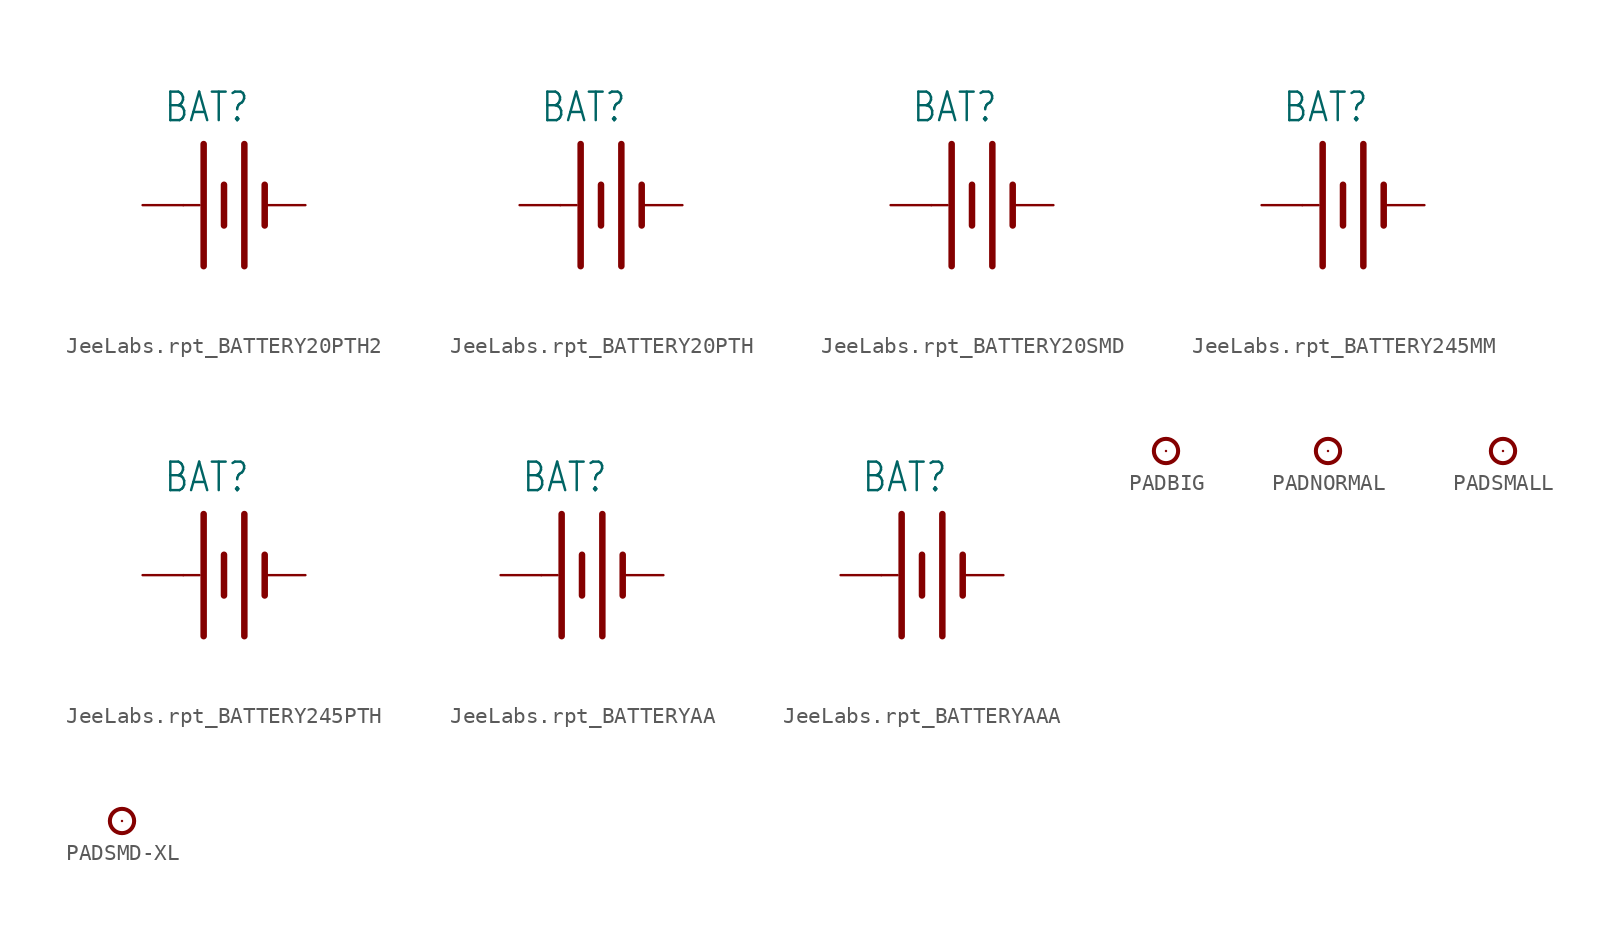
<source format=kicad_sym>
(kicad_symbol_lib
  (version 20231120)
  (generator "kicad_symbol_editor")
  (generator_version "8.0")
  (symbol "JeeLabs.rpt_BATTERY20PTH2"
    (property "Reference" "BAT"
      (at -3.81 5.08 0)
      (effects (font (size 1.778 1.511)) (justify left bottom)))
    (property "Value" ""
      (at -3.81 -6.35 0)
      (effects (font (size 1.778 1.511)) (justify left bottom)))
    (property "ki_locked" ""
      (at 0 0 0)
      (effects (font (size 1.27 1.27))))
    (symbol "JeeLabs.rpt_BATTERY20PTH2_1_0"
      (polyline (pts (xy -2.54 0) (xy -1.524 0)) (stroke (width 0.152) (type solid)) (fill (type none)))
      (polyline (pts (xy -1.27 3.81) (xy -1.27 -3.81)) (stroke (width 0.406) (type solid)) (fill (type none)))
      (polyline (pts (xy 0 1.27) (xy 0 -1.27)) (stroke (width 0.406) (type solid)) (fill (type none)))
      (polyline (pts (xy 1.27 3.81) (xy 1.27 -3.81)) (stroke (width 0.406) (type solid)) (fill (type none)))
      (polyline (pts (xy 2.54 1.27) (xy 2.54 -1.27)) (stroke (width 0.406) (type solid)) (fill (type none)))
      (pin power_in line (at -5.08 0 0) (length 2.54) (name "+" (effects (font (size 0 0)))) (number "+" (effects (font (size 0 0)))))
      (pin power_in line (at 5.08 0 180) (length 2.54) (name "-" (effects (font (size 0 0)))) (number "-" (effects (font (size 0 0)))))))
  (symbol "JeeLabs.rpt_BATTERY20PTH"
    (property "Reference" "BAT"
      (at -3.81 5.08 0)
      (effects (font (size 1.778 1.511)) (justify left bottom)))
    (property "Value" ""
      (at -3.81 -6.35 0)
      (effects (font (size 1.778 1.511)) (justify left bottom)))
    (property "ki_locked" ""
      (at 0 0 0)
      (effects (font (size 1.27 1.27))))
    (symbol "JeeLabs.rpt_BATTERY20PTH_1_0"
      (polyline (pts (xy -2.54 0) (xy -1.524 0)) (stroke (width 0.152) (type solid)) (fill (type none)))
      (polyline (pts (xy -1.27 3.81) (xy -1.27 -3.81)) (stroke (width 0.406) (type solid)) (fill (type none)))
      (polyline (pts (xy 0 1.27) (xy 0 -1.27)) (stroke (width 0.406) (type solid)) (fill (type none)))
      (polyline (pts (xy 1.27 3.81) (xy 1.27 -3.81)) (stroke (width 0.406) (type solid)) (fill (type none)))
      (polyline (pts (xy 2.54 1.27) (xy 2.54 -1.27)) (stroke (width 0.406) (type solid)) (fill (type none)))
      (pin power_in line (at -5.08 0 0) (length 2.54) (name "+" (effects (font (size 0 0)))) (number "1" (effects (font (size 0 0)))))
      (pin power_in line (at 5.08 0 180) (length 2.54) (name "-" (effects (font (size 0 0)))) (number "2" (effects (font (size 0 0)))))))
  (symbol "JeeLabs.rpt_BATTERY20SMD"
    (property "Reference" "BAT"
      (at -3.81 5.08 0)
      (effects (font (size 1.778 1.511)) (justify left bottom)))
    (property "Value" ""
      (at -3.81 -6.35 0)
      (effects (font (size 1.778 1.511)) (justify left bottom)))
    (property "ki_locked" ""
      (at 0 0 0)
      (effects (font (size 1.27 1.27))))
    (symbol "JeeLabs.rpt_BATTERY20SMD_1_0"
      (polyline (pts (xy -2.54 0) (xy -1.524 0)) (stroke (width 0.152) (type solid)) (fill (type none)))
      (polyline (pts (xy -1.27 3.81) (xy -1.27 -3.81)) (stroke (width 0.406) (type solid)) (fill (type none)))
      (polyline (pts (xy 0 1.27) (xy 0 -1.27)) (stroke (width 0.406) (type solid)) (fill (type none)))
      (polyline (pts (xy 1.27 3.81) (xy 1.27 -3.81)) (stroke (width 0.406) (type solid)) (fill (type none)))
      (polyline (pts (xy 2.54 1.27) (xy 2.54 -1.27)) (stroke (width 0.406) (type solid)) (fill (type none)))
      (pin power_in line (at -5.08 0 0) (length 2.54) (name "+" (effects (font (size 0 0)))) (number "1" (effects (font (size 0 0)))))
      (pin power_in line (at 5.08 0 180) (length 2.54) (name "-" (effects (font (size 0 0)))) (number "2" (effects (font (size 0 0)))))))
  (symbol "JeeLabs.rpt_BATTERY245MM"
    (property "Reference" "BAT"
      (at -3.81 5.08 0)
      (effects (font (size 1.778 1.511)) (justify left bottom)))
    (property "Value" ""
      (at -3.81 -6.35 0)
      (effects (font (size 1.778 1.511)) (justify left bottom)))
    (property "ki_locked" ""
      (at 0 0 0)
      (effects (font (size 1.27 1.27))))
    (symbol "JeeLabs.rpt_BATTERY245MM_1_0"
      (polyline (pts (xy -2.54 0) (xy -1.524 0)) (stroke (width 0.152) (type solid)) (fill (type none)))
      (polyline (pts (xy -1.27 3.81) (xy -1.27 -3.81)) (stroke (width 0.406) (type solid)) (fill (type none)))
      (polyline (pts (xy 0 1.27) (xy 0 -1.27)) (stroke (width 0.406) (type solid)) (fill (type none)))
      (polyline (pts (xy 1.27 3.81) (xy 1.27 -3.81)) (stroke (width 0.406) (type solid)) (fill (type none)))
      (polyline (pts (xy 2.54 1.27) (xy 2.54 -1.27)) (stroke (width 0.406) (type solid)) (fill (type none)))
      (pin power_in line (at -5.08 0 0) (length 2.54) (name "+" (effects (font (size 0 0)))) (number "1" (effects (font (size 0 0)))))
      (pin power_in line (at 5.08 0 180) (length 2.54) (name "-" (effects (font (size 0 0)))) (number "2" (effects (font (size 0 0)))))))
  (symbol "JeeLabs.rpt_BATTERY245PTH"
    (property "Reference" "BAT"
      (at -3.81 5.08 0)
      (effects (font (size 1.778 1.511)) (justify left bottom)))
    (property "Value" ""
      (at -3.81 -6.35 0)
      (effects (font (size 1.778 1.511)) (justify left bottom)))
    (property "ki_locked" ""
      (at 0 0 0)
      (effects (font (size 1.27 1.27))))
    (symbol "JeeLabs.rpt_BATTERY245PTH_1_0"
      (polyline (pts (xy -2.54 0) (xy -1.524 0)) (stroke (width 0.152) (type solid)) (fill (type none)))
      (polyline (pts (xy -1.27 3.81) (xy -1.27 -3.81)) (stroke (width 0.406) (type solid)) (fill (type none)))
      (polyline (pts (xy 0 1.27) (xy 0 -1.27)) (stroke (width 0.406) (type solid)) (fill (type none)))
      (polyline (pts (xy 1.27 3.81) (xy 1.27 -3.81)) (stroke (width 0.406) (type solid)) (fill (type none)))
      (polyline (pts (xy 2.54 1.27) (xy 2.54 -1.27)) (stroke (width 0.406) (type solid)) (fill (type none)))
      (pin power_in line (at 5.08 0 180) (length 2.54) (name "-" (effects (font (size 0 0)))) (number "2" (effects (font (size 0 0)))))
      (pin power_in line (at -5.08 0 0) (length 2.54) (name "+" (effects (font (size 0 0)))) (number "3" (effects (font (size 0 0)))))))
  (symbol "JeeLabs.rpt_BATTERYAA"
    (property "Reference" "BAT"
      (at -3.81 5.08 0)
      (effects (font (size 1.778 1.511)) (justify left bottom)))
    (property "Value" ""
      (at -3.81 -6.35 0)
      (effects (font (size 1.778 1.511)) (justify left bottom)))
    (property "ki_locked" ""
      (at 0 0 0)
      (effects (font (size 1.27 1.27))))
    (symbol "JeeLabs.rpt_BATTERYAA_1_0"
      (polyline (pts (xy -2.54 0) (xy -1.524 0)) (stroke (width 0.152) (type solid)) (fill (type none)))
      (polyline (pts (xy -1.27 3.81) (xy -1.27 -3.81)) (stroke (width 0.406) (type solid)) (fill (type none)))
      (polyline (pts (xy 0 1.27) (xy 0 -1.27)) (stroke (width 0.406) (type solid)) (fill (type none)))
      (polyline (pts (xy 1.27 3.81) (xy 1.27 -3.81)) (stroke (width 0.406) (type solid)) (fill (type none)))
      (polyline (pts (xy 2.54 1.27) (xy 2.54 -1.27)) (stroke (width 0.406) (type solid)) (fill (type none)))
      (pin power_in line (at 5.08 0 180) (length 2.54) (name "-" (effects (font (size 0 0)))) (number "GND@1" (effects (font (size 0 0)))))
      (pin power_in line (at -5.08 0 0) (length 2.54) (name "+" (effects (font (size 0 0)))) (number "PWR@1" (effects (font (size 0 0)))))))
  (symbol "JeeLabs.rpt_BATTERYAAA"
    (property "Reference" "BAT"
      (at -3.81 5.08 0)
      (effects (font (size 1.778 1.511)) (justify left bottom)))
    (property "Value" ""
      (at -3.81 -6.35 0)
      (effects (font (size 1.778 1.511)) (justify left bottom)))
    (property "ki_locked" ""
      (at 0 0 0)
      (effects (font (size 1.27 1.27))))
    (symbol "JeeLabs.rpt_BATTERYAAA_1_0"
      (polyline (pts (xy -2.54 0) (xy -1.524 0)) (stroke (width 0.152) (type solid)) (fill (type none)))
      (polyline (pts (xy -1.27 3.81) (xy -1.27 -3.81)) (stroke (width 0.406) (type solid)) (fill (type none)))
      (polyline (pts (xy 0 1.27) (xy 0 -1.27)) (stroke (width 0.406) (type solid)) (fill (type none)))
      (polyline (pts (xy 1.27 3.81) (xy 1.27 -3.81)) (stroke (width 0.406) (type solid)) (fill (type none)))
      (polyline (pts (xy 2.54 1.27) (xy 2.54 -1.27)) (stroke (width 0.406) (type solid)) (fill (type none)))
      (pin power_in line (at 5.08 0 180) (length 2.54) (name "-" (effects (font (size 0 0)))) (number "GND@1" (effects (font (size 0 0)))))
      (pin power_in line (at -5.08 0 0) (length 2.54) (name "+" (effects (font (size 0 0)))) (number "PWR@1" (effects (font (size 0 0)))))))
  (symbol "PADBIG"
    (property "Reference" "P"
      (at 0 0 0)
      (effects (font (size 1.27 1.27)) (hide yes)))
    (property "ki_locked" ""
      (at 0 0 0)
      (effects (font (size 1.27 1.27))))
    (symbol "PADBIG_1_0"
      (circle (center 0 0) (radius 0.762) (stroke (width 0.254) (type solid)) (fill (type none)))
      (pin bidirectional line (at 0 0 0) (length 0) (name "1" (effects (font (size 0 0)))) (number "1" (effects (font (size 0 0)))))))
  (symbol "PADNORMAL"
    (property "Reference" "P"
      (at 0 0 0)
      (effects (font (size 1.27 1.27)) (hide yes)))
    (property "ki_locked" ""
      (at 0 0 0)
      (effects (font (size 1.27 1.27))))
    (symbol "PADNORMAL_1_0"
      (circle (center 0 0) (radius 0.762) (stroke (width 0.254) (type solid)) (fill (type none)))
      (pin bidirectional line (at 0 0 0) (length 0) (name "1" (effects (font (size 0 0)))) (number "1" (effects (font (size 0 0)))))))
  (symbol "PADSMALL"
    (property "Reference" "P"
      (at 0 0 0)
      (effects (font (size 1.27 1.27)) (hide yes)))
    (property "ki_locked" ""
      (at 0 0 0)
      (effects (font (size 1.27 1.27))))
    (symbol "PADSMALL_1_0"
      (circle (center 0 0) (radius 0.762) (stroke (width 0.254) (type solid)) (fill (type none)))
      (pin bidirectional line (at 0 0 0) (length 0) (name "1" (effects (font (size 0 0)))) (number "1" (effects (font (size 0 0)))))))
  (symbol "PADSMD-XL"
    (property "Reference" "P"
      (at 0 0 0)
      (effects (font (size 1.27 1.27)) (hide yes)))
    (property "ki_locked" ""
      (at 0 0 0)
      (effects (font (size 1.27 1.27))))
    (symbol "PADSMD-XL_1_0"
      (circle (center 0 0) (radius 0.762) (stroke (width 0.254) (type solid)) (fill (type none)))
      (pin bidirectional line (at 0 0 0) (length 0) (name "1" (effects (font (size 0 0)))) (number "1" (effects (font (size 0 0))))))))
</source>
